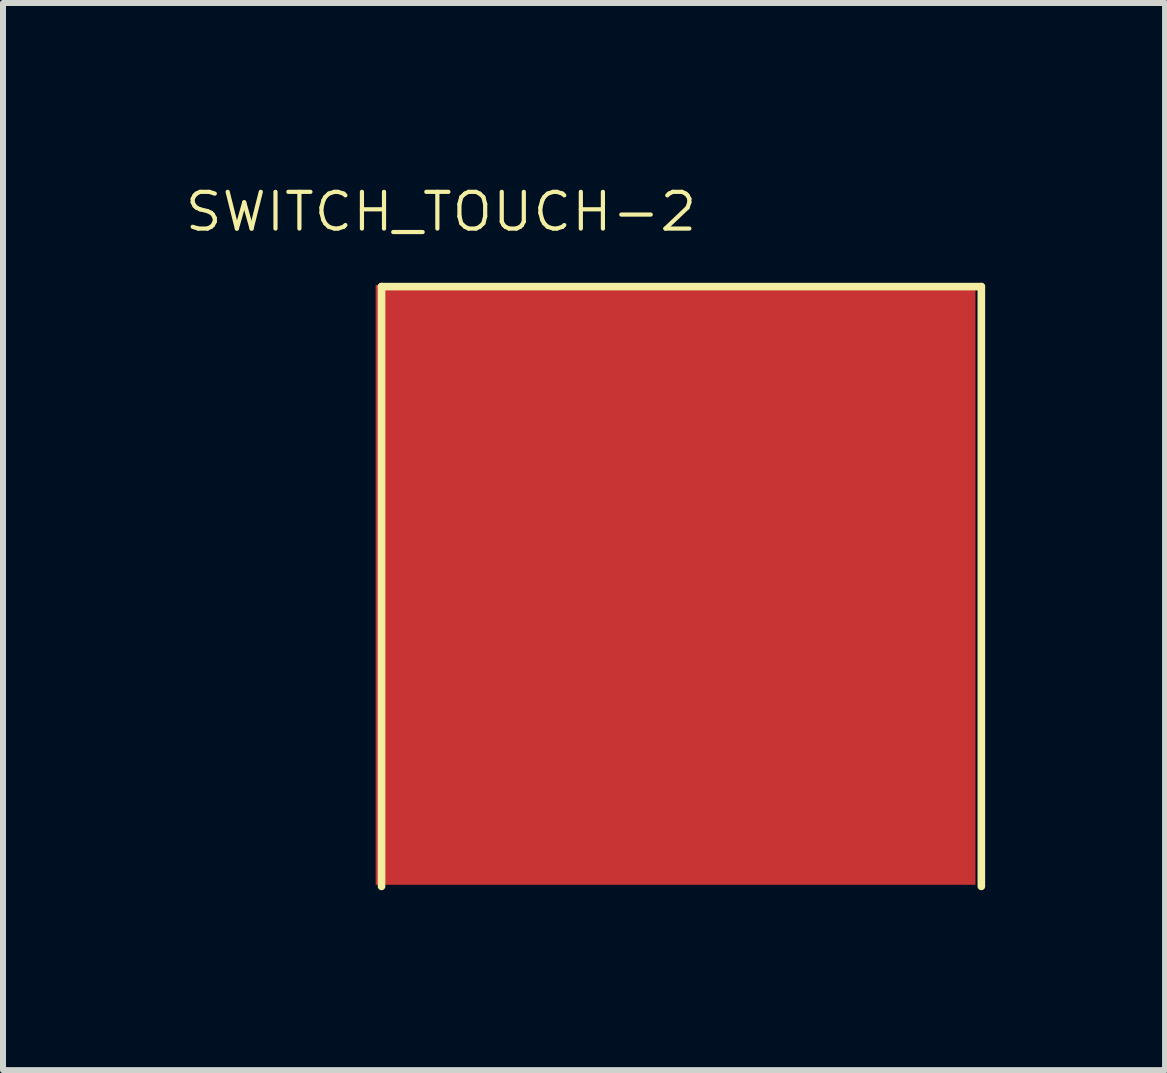
<source format=kicad_pcb>
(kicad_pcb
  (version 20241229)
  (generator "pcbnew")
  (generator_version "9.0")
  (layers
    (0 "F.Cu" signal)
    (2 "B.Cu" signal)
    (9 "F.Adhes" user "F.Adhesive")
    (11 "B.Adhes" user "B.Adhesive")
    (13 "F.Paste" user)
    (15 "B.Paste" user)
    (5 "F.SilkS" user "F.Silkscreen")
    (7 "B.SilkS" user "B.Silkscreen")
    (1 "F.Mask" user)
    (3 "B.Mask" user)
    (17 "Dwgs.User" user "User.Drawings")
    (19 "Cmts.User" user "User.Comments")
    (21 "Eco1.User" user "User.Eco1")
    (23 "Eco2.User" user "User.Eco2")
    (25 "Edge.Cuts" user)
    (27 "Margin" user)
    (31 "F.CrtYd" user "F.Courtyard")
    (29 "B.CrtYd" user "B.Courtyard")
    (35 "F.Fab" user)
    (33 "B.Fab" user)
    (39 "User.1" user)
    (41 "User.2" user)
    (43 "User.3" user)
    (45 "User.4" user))
  (footprint "SWITCH_TOUCH-2"
    (layer "F.Cu")
    (at 8.467 6.828)
    (property "Reference" "SWITCH_TOUCH-2" (at -4.164 -6.347 0) (unlocked yes) (layer "F.SilkS") (effects (font (size 0.612 0.644) (thickness 0.07))))
    (attr smd)
    (fp_line (start -5.156 -5.1) (end 4.844 -5.1) (stroke (width 0.127) (type solid)) (layer "F.SilkS"))
    (fp_line (start -5.156 4.9) (end -5.156 -5.1) (stroke (width 0.127) (type solid)) (layer "F.SilkS"))
    (fp_line (start 4.844 4.9) (end 4.844 -5.1) (stroke (width 0.127) (type solid)) (layer "F.SilkS"))
    (pad "1" smd rect (at -0.254 -0.127 180) (size 10 10) (layers "F.Cu" "F.Mask" "F.Paste")))
  (gr_rect
    (start -3 -3)
    (end 16.374 14.791)
    (stroke (width 0.1) (type default))
    (fill no)
    (layer "Edge.Cuts")))
</source>
